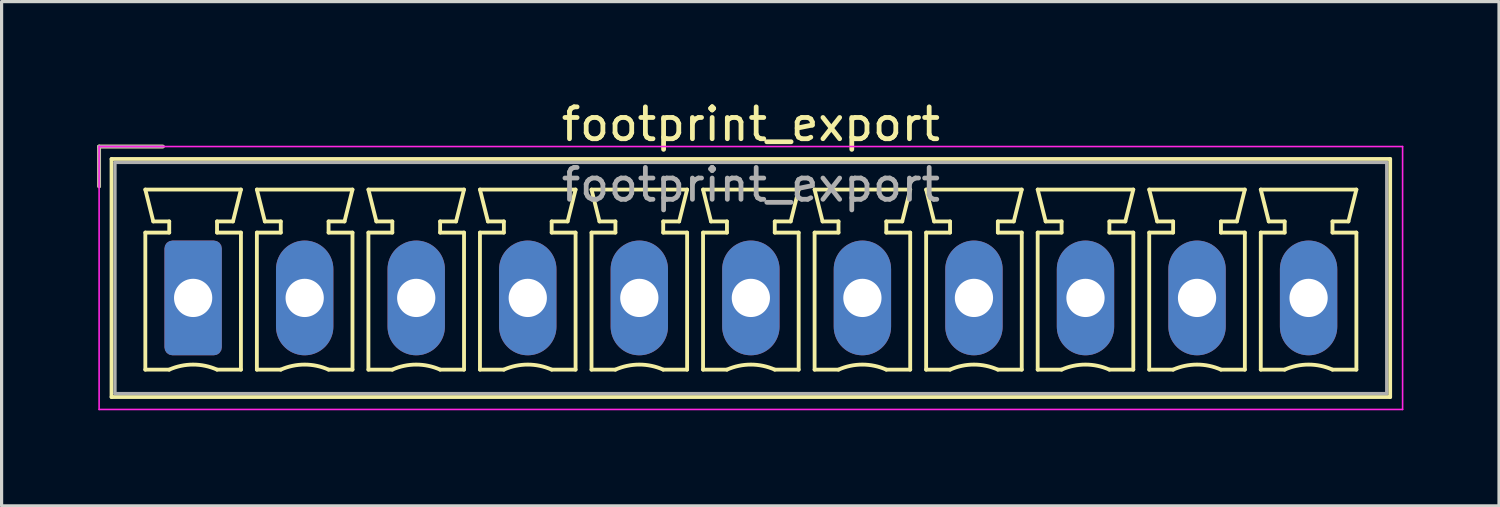
<source format=kicad_pcb>
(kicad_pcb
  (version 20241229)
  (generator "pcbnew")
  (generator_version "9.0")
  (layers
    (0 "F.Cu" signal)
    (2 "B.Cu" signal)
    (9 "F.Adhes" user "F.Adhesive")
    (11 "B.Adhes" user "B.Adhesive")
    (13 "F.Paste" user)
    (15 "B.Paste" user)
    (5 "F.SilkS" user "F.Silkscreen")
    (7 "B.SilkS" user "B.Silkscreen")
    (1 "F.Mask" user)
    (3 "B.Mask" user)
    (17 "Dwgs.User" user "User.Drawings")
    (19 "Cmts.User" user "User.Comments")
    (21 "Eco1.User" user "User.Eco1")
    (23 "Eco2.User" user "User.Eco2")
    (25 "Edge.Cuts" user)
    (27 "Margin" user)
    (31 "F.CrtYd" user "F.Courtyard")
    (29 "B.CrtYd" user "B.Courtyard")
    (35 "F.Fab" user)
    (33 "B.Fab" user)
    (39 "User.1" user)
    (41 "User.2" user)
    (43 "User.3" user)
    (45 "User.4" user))
  (footprint "footprint_export"
    (layer "F.Cu")
    (at 3.01 6.298)
    (property "Reference" "footprint_export" (at 17.5 -5.45 0) (layer "F.SilkS") (effects (font (size 1 1) (thickness 0.15))))
    (attr through_hole)
    (fp_line (start -2.95 -4.75) (end -0.95 -4.75) (stroke (width 0.12) (type solid)) (layer "F.SilkS"))
    (fp_line (start -2.95 -3.5) (end -2.95 -4.75) (stroke (width 0.12) (type solid)) (layer "F.SilkS"))
    (fp_line (start -2.56 -4.36) (end -2.56 3.11) (stroke (width 0.12) (type solid)) (layer "F.SilkS"))
    (fp_line (start -2.56 3.11) (end 37.56 3.11) (stroke (width 0.12) (type solid)) (layer "F.SilkS"))
    (fp_line (start -1.5 -3.4) (end 1.5 -3.4) (stroke (width 0.12) (type solid)) (layer "F.SilkS"))
    (fp_line (start -1.5 -2.05) (end -0.75 -2.05) (stroke (width 0.12) (type solid)) (layer "F.SilkS"))
    (fp_line (start -1.5 2.25) (end -1.5 -2.05) (stroke (width 0.12) (type solid)) (layer "F.SilkS"))
    (fp_line (start -1.25 -2.4) (end -1.5 -3.4) (stroke (width 0.12) (type solid)) (layer "F.SilkS"))
    (fp_line (start -0.75 -2.4) (end -1.25 -2.4) (stroke (width 0.12) (type solid)) (layer "F.SilkS"))
    (fp_line (start -0.75 -2.05) (end -0.75 -2.4) (stroke (width 0.12) (type solid)) (layer "F.SilkS"))
    (fp_line (start -0.75 2.25) (end -1.5 2.25) (stroke (width 0.12) (type solid)) (layer "F.SilkS"))
    (fp_line (start 0.75 -2.4) (end 0.75 -2.05) (stroke (width 0.12) (type solid)) (layer "F.SilkS"))
    (fp_line (start 0.75 -2.05) (end 1.5 -2.05) (stroke (width 0.12) (type solid)) (layer "F.SilkS"))
    (fp_line (start 1.25 -2.4) (end 0.75 -2.4) (stroke (width 0.12) (type solid)) (layer "F.SilkS"))
    (fp_line (start 1.5 -3.4) (end 1.25 -2.4) (stroke (width 0.12) (type solid)) (layer "F.SilkS"))
    (fp_line (start 1.5 -2.05) (end 1.5 2.25) (stroke (width 0.12) (type solid)) (layer "F.SilkS"))
    (fp_line (start 1.5 2.25) (end 0.75 2.25) (stroke (width 0.12) (type solid)) (layer "F.SilkS"))
    (fp_line (start 2 -3.4) (end 5 -3.4) (stroke (width 0.12) (type solid)) (layer "F.SilkS"))
    (fp_line (start 2 -2.05) (end 2.75 -2.05) (stroke (width 0.12) (type solid)) (layer "F.SilkS"))
    (fp_line (start 2 2.25) (end 2 -2.05) (stroke (width 0.12) (type solid)) (layer "F.SilkS"))
    (fp_line (start 2.25 -2.4) (end 2 -3.4) (stroke (width 0.12) (type solid)) (layer "F.SilkS"))
    (fp_line (start 2.75 -2.4) (end 2.25 -2.4) (stroke (width 0.12) (type solid)) (layer "F.SilkS"))
    (fp_line (start 2.75 -2.05) (end 2.75 -2.4) (stroke (width 0.12) (type solid)) (layer "F.SilkS"))
    (fp_line (start 2.75 2.25) (end 2 2.25) (stroke (width 0.12) (type solid)) (layer "F.SilkS"))
    (fp_line (start 4.25 -2.4) (end 4.25 -2.05) (stroke (width 0.12) (type solid)) (layer "F.SilkS"))
    (fp_line (start 4.25 -2.05) (end 5 -2.05) (stroke (width 0.12) (type solid)) (layer "F.SilkS"))
    (fp_line (start 4.75 -2.4) (end 4.25 -2.4) (stroke (width 0.12) (type solid)) (layer "F.SilkS"))
    (fp_line (start 5 -3.4) (end 4.75 -2.4) (stroke (width 0.12) (type solid)) (layer "F.SilkS"))
    (fp_line (start 5 -2.05) (end 5 2.25) (stroke (width 0.12) (type solid)) (layer "F.SilkS"))
    (fp_line (start 5 2.25) (end 4.25 2.25) (stroke (width 0.12) (type solid)) (layer "F.SilkS"))
    (fp_line (start 5.5 -3.4) (end 8.5 -3.4) (stroke (width 0.12) (type solid)) (layer "F.SilkS"))
    (fp_line (start 5.5 -2.05) (end 6.25 -2.05) (stroke (width 0.12) (type solid)) (layer "F.SilkS"))
    (fp_line (start 5.5 2.25) (end 5.5 -2.05) (stroke (width 0.12) (type solid)) (layer "F.SilkS"))
    (fp_line (start 5.75 -2.4) (end 5.5 -3.4) (stroke (width 0.12) (type solid)) (layer "F.SilkS"))
    (fp_line (start 6.25 -2.4) (end 5.75 -2.4) (stroke (width 0.12) (type solid)) (layer "F.SilkS"))
    (fp_line (start 6.25 -2.05) (end 6.25 -2.4) (stroke (width 0.12) (type solid)) (layer "F.SilkS"))
    (fp_line (start 6.25 2.25) (end 5.5 2.25) (stroke (width 0.12) (type solid)) (layer "F.SilkS"))
    (fp_line (start 7.75 -2.4) (end 7.75 -2.05) (stroke (width 0.12) (type solid)) (layer "F.SilkS"))
    (fp_line (start 7.75 -2.05) (end 8.5 -2.05) (stroke (width 0.12) (type solid)) (layer "F.SilkS"))
    (fp_line (start 8.25 -2.4) (end 7.75 -2.4) (stroke (width 0.12) (type solid)) (layer "F.SilkS"))
    (fp_line (start 8.5 -3.4) (end 8.25 -2.4) (stroke (width 0.12) (type solid)) (layer "F.SilkS"))
    (fp_line (start 8.5 -2.05) (end 8.5 2.25) (stroke (width 0.12) (type solid)) (layer "F.SilkS"))
    (fp_line (start 8.5 2.25) (end 7.75 2.25) (stroke (width 0.12) (type solid)) (layer "F.SilkS"))
    (fp_line (start 9 -3.4) (end 12 -3.4) (stroke (width 0.12) (type solid)) (layer "F.SilkS"))
    (fp_line (start 9 -2.05) (end 9.75 -2.05) (stroke (width 0.12) (type solid)) (layer "F.SilkS"))
    (fp_line (start 9 2.25) (end 9 -2.05) (stroke (width 0.12) (type solid)) (layer "F.SilkS"))
    (fp_line (start 9.25 -2.4) (end 9 -3.4) (stroke (width 0.12) (type solid)) (layer "F.SilkS"))
    (fp_line (start 9.75 -2.4) (end 9.25 -2.4) (stroke (width 0.12) (type solid)) (layer "F.SilkS"))
    (fp_line (start 9.75 -2.05) (end 9.75 -2.4) (stroke (width 0.12) (type solid)) (layer "F.SilkS"))
    (fp_line (start 9.75 2.25) (end 9 2.25) (stroke (width 0.12) (type solid)) (layer "F.SilkS"))
    (fp_line (start 11.25 -2.4) (end 11.25 -2.05) (stroke (width 0.12) (type solid)) (layer "F.SilkS"))
    (fp_line (start 11.25 -2.05) (end 12 -2.05) (stroke (width 0.12) (type solid)) (layer "F.SilkS"))
    (fp_line (start 11.75 -2.4) (end 11.25 -2.4) (stroke (width 0.12) (type solid)) (layer "F.SilkS"))
    (fp_line (start 12 -3.4) (end 11.75 -2.4) (stroke (width 0.12) (type solid)) (layer "F.SilkS"))
    (fp_line (start 12 -2.05) (end 12 2.25) (stroke (width 0.12) (type solid)) (layer "F.SilkS"))
    (fp_line (start 12 2.25) (end 11.25 2.25) (stroke (width 0.12) (type solid)) (layer "F.SilkS"))
    (fp_line (start 12.5 -3.4) (end 15.5 -3.4) (stroke (width 0.12) (type solid)) (layer "F.SilkS"))
    (fp_line (start 12.5 -2.05) (end 13.25 -2.05) (stroke (width 0.12) (type solid)) (layer "F.SilkS"))
    (fp_line (start 12.5 2.25) (end 12.5 -2.05) (stroke (width 0.12) (type solid)) (layer "F.SilkS"))
    (fp_line (start 12.75 -2.4) (end 12.5 -3.4) (stroke (width 0.12) (type solid)) (layer "F.SilkS"))
    (fp_line (start 13.25 -2.4) (end 12.75 -2.4) (stroke (width 0.12) (type solid)) (layer "F.SilkS"))
    (fp_line (start 13.25 -2.05) (end 13.25 -2.4) (stroke (width 0.12) (type solid)) (layer "F.SilkS"))
    (fp_line (start 13.25 2.25) (end 12.5 2.25) (stroke (width 0.12) (type solid)) (layer "F.SilkS"))
    (fp_line (start 14.75 -2.4) (end 14.75 -2.05) (stroke (width 0.12) (type solid)) (layer "F.SilkS"))
    (fp_line (start 14.75 -2.05) (end 15.5 -2.05) (stroke (width 0.12) (type solid)) (layer "F.SilkS"))
    (fp_line (start 15.25 -2.4) (end 14.75 -2.4) (stroke (width 0.12) (type solid)) (layer "F.SilkS"))
    (fp_line (start 15.5 -3.4) (end 15.25 -2.4) (stroke (width 0.12) (type solid)) (layer "F.SilkS"))
    (fp_line (start 15.5 -2.05) (end 15.5 2.25) (stroke (width 0.12) (type solid)) (layer "F.SilkS"))
    (fp_line (start 15.5 2.25) (end 14.75 2.25) (stroke (width 0.12) (type solid)) (layer "F.SilkS"))
    (fp_line (start 16 -3.4) (end 19 -3.4) (stroke (width 0.12) (type solid)) (layer "F.SilkS"))
    (fp_line (start 16 -2.05) (end 16.75 -2.05) (stroke (width 0.12) (type solid)) (layer "F.SilkS"))
    (fp_line (start 16 2.25) (end 16 -2.05) (stroke (width 0.12) (type solid)) (layer "F.SilkS"))
    (fp_line (start 16.25 -2.4) (end 16 -3.4) (stroke (width 0.12) (type solid)) (layer "F.SilkS"))
    (fp_line (start 16.75 -2.4) (end 16.25 -2.4) (stroke (width 0.12) (type solid)) (layer "F.SilkS"))
    (fp_line (start 16.75 -2.05) (end 16.75 -2.4) (stroke (width 0.12) (type solid)) (layer "F.SilkS"))
    (fp_line (start 16.75 2.25) (end 16 2.25) (stroke (width 0.12) (type solid)) (layer "F.SilkS"))
    (fp_line (start 18.25 -2.4) (end 18.25 -2.05) (stroke (width 0.12) (type solid)) (layer "F.SilkS"))
    (fp_line (start 18.25 -2.05) (end 19 -2.05) (stroke (width 0.12) (type solid)) (layer "F.SilkS"))
    (fp_line (start 18.75 -2.4) (end 18.25 -2.4) (stroke (width 0.12) (type solid)) (layer "F.SilkS"))
    (fp_line (start 19 -3.4) (end 18.75 -2.4) (stroke (width 0.12) (type solid)) (layer "F.SilkS"))
    (fp_line (start 19 -2.05) (end 19 2.25) (stroke (width 0.12) (type solid)) (layer "F.SilkS"))
    (fp_line (start 19 2.25) (end 18.25 2.25) (stroke (width 0.12) (type solid)) (layer "F.SilkS"))
    (fp_line (start 19.5 -3.4) (end 22.5 -3.4) (stroke (width 0.12) (type solid)) (layer "F.SilkS"))
    (fp_line (start 19.5 -2.05) (end 20.25 -2.05) (stroke (width 0.12) (type solid)) (layer "F.SilkS"))
    (fp_line (start 19.5 2.25) (end 19.5 -2.05) (stroke (width 0.12) (type solid)) (layer "F.SilkS"))
    (fp_line (start 19.75 -2.4) (end 19.5 -3.4) (stroke (width 0.12) (type solid)) (layer "F.SilkS"))
    (fp_line (start 20.25 -2.4) (end 19.75 -2.4) (stroke (width 0.12) (type solid)) (layer "F.SilkS"))
    (fp_line (start 20.25 -2.05) (end 20.25 -2.4) (stroke (width 0.12) (type solid)) (layer "F.SilkS"))
    (fp_line (start 20.25 2.25) (end 19.5 2.25) (stroke (width 0.12) (type solid)) (layer "F.SilkS"))
    (fp_line (start 21.75 -2.4) (end 21.75 -2.05) (stroke (width 0.12) (type solid)) (layer "F.SilkS"))
    (fp_line (start 21.75 -2.05) (end 22.5 -2.05) (stroke (width 0.12) (type solid)) (layer "F.SilkS"))
    (fp_line (start 22.25 -2.4) (end 21.75 -2.4) (stroke (width 0.12) (type solid)) (layer "F.SilkS"))
    (fp_line (start 22.5 -3.4) (end 22.25 -2.4) (stroke (width 0.12) (type solid)) (layer "F.SilkS"))
    (fp_line (start 22.5 -2.05) (end 22.5 2.25) (stroke (width 0.12) (type solid)) (layer "F.SilkS"))
    (fp_line (start 22.5 2.25) (end 21.75 2.25) (stroke (width 0.12) (type solid)) (layer "F.SilkS"))
    (fp_line (start 23 -3.4) (end 26 -3.4) (stroke (width 0.12) (type solid)) (layer "F.SilkS"))
    (fp_line (start 23 -2.05) (end 23.75 -2.05) (stroke (width 0.12) (type solid)) (layer "F.SilkS"))
    (fp_line (start 23 2.25) (end 23 -2.05) (stroke (width 0.12) (type solid)) (layer "F.SilkS"))
    (fp_line (start 23.25 -2.4) (end 23 -3.4) (stroke (width 0.12) (type solid)) (layer "F.SilkS"))
    (fp_line (start 23.75 -2.4) (end 23.25 -2.4) (stroke (width 0.12) (type solid)) (layer "F.SilkS"))
    (fp_line (start 23.75 -2.05) (end 23.75 -2.4) (stroke (width 0.12) (type solid)) (layer "F.SilkS"))
    (fp_line (start 23.75 2.25) (end 23 2.25) (stroke (width 0.12) (type solid)) (layer "F.SilkS"))
    (fp_line (start 25.25 -2.4) (end 25.25 -2.05) (stroke (width 0.12) (type solid)) (layer "F.SilkS"))
    (fp_line (start 25.25 -2.05) (end 26 -2.05) (stroke (width 0.12) (type solid)) (layer "F.SilkS"))
    (fp_line (start 25.75 -2.4) (end 25.25 -2.4) (stroke (width 0.12) (type solid)) (layer "F.SilkS"))
    (fp_line (start 26 -3.4) (end 25.75 -2.4) (stroke (width 0.12) (type solid)) (layer "F.SilkS"))
    (fp_line (start 26 -2.05) (end 26 2.25) (stroke (width 0.12) (type solid)) (layer "F.SilkS"))
    (fp_line (start 26 2.25) (end 25.25 2.25) (stroke (width 0.12) (type solid)) (layer "F.SilkS"))
    (fp_line (start 26.5 -3.4) (end 29.5 -3.4) (stroke (width 0.12) (type solid)) (layer "F.SilkS"))
    (fp_line (start 26.5 -2.05) (end 27.25 -2.05) (stroke (width 0.12) (type solid)) (layer "F.SilkS"))
    (fp_line (start 26.5 2.25) (end 26.5 -2.05) (stroke (width 0.12) (type solid)) (layer "F.SilkS"))
    (fp_line (start 26.75 -2.4) (end 26.5 -3.4) (stroke (width 0.12) (type solid)) (layer "F.SilkS"))
    (fp_line (start 27.25 -2.4) (end 26.75 -2.4) (stroke (width 0.12) (type solid)) (layer "F.SilkS"))
    (fp_line (start 27.25 -2.05) (end 27.25 -2.4) (stroke (width 0.12) (type solid)) (layer "F.SilkS"))
    (fp_line (start 27.25 2.25) (end 26.5 2.25) (stroke (width 0.12) (type solid)) (layer "F.SilkS"))
    (fp_line (start 28.75 -2.4) (end 28.75 -2.05) (stroke (width 0.12) (type solid)) (layer "F.SilkS"))
    (fp_line (start 28.75 -2.05) (end 29.5 -2.05) (stroke (width 0.12) (type solid)) (layer "F.SilkS"))
    (fp_line (start 29.25 -2.4) (end 28.75 -2.4) (stroke (width 0.12) (type solid)) (layer "F.SilkS"))
    (fp_line (start 29.5 -3.4) (end 29.25 -2.4) (stroke (width 0.12) (type solid)) (layer "F.SilkS"))
    (fp_line (start 29.5 -2.05) (end 29.5 2.25) (stroke (width 0.12) (type solid)) (layer "F.SilkS"))
    (fp_line (start 29.5 2.25) (end 28.75 2.25) (stroke (width 0.12) (type solid)) (layer "F.SilkS"))
    (fp_line (start 30 -3.4) (end 33 -3.4) (stroke (width 0.12) (type solid)) (layer "F.SilkS"))
    (fp_line (start 30 -2.05) (end 30.75 -2.05) (stroke (width 0.12) (type solid)) (layer "F.SilkS"))
    (fp_line (start 30 2.25) (end 30 -2.05) (stroke (width 0.12) (type solid)) (layer "F.SilkS"))
    (fp_line (start 30.25 -2.4) (end 30 -3.4) (stroke (width 0.12) (type solid)) (layer "F.SilkS"))
    (fp_line (start 30.75 -2.4) (end 30.25 -2.4) (stroke (width 0.12) (type solid)) (layer "F.SilkS"))
    (fp_line (start 30.75 -2.05) (end 30.75 -2.4) (stroke (width 0.12) (type solid)) (layer "F.SilkS"))
    (fp_line (start 30.75 2.25) (end 30 2.25) (stroke (width 0.12) (type solid)) (layer "F.SilkS"))
    (fp_line (start 32.25 -2.4) (end 32.25 -2.05) (stroke (width 0.12) (type solid)) (layer "F.SilkS"))
    (fp_line (start 32.25 -2.05) (end 33 -2.05) (stroke (width 0.12) (type solid)) (layer "F.SilkS"))
    (fp_line (start 32.75 -2.4) (end 32.25 -2.4) (stroke (width 0.12) (type solid)) (layer "F.SilkS"))
    (fp_line (start 33 -3.4) (end 32.75 -2.4) (stroke (width 0.12) (type solid)) (layer "F.SilkS"))
    (fp_line (start 33 -2.05) (end 33 2.25) (stroke (width 0.12) (type solid)) (layer "F.SilkS"))
    (fp_line (start 33 2.25) (end 32.25 2.25) (stroke (width 0.12) (type solid)) (layer "F.SilkS"))
    (fp_line (start 33.5 -3.4) (end 36.5 -3.4) (stroke (width 0.12) (type solid)) (layer "F.SilkS"))
    (fp_line (start 33.5 -2.05) (end 34.25 -2.05) (stroke (width 0.12) (type solid)) (layer "F.SilkS"))
    (fp_line (start 33.5 2.25) (end 33.5 -2.05) (stroke (width 0.12) (type solid)) (layer "F.SilkS"))
    (fp_line (start 33.75 -2.4) (end 33.5 -3.4) (stroke (width 0.12) (type solid)) (layer "F.SilkS"))
    (fp_line (start 34.25 -2.4) (end 33.75 -2.4) (stroke (width 0.12) (type solid)) (layer "F.SilkS"))
    (fp_line (start 34.25 -2.05) (end 34.25 -2.4) (stroke (width 0.12) (type solid)) (layer "F.SilkS"))
    (fp_line (start 34.25 2.25) (end 33.5 2.25) (stroke (width 0.12) (type solid)) (layer "F.SilkS"))
    (fp_line (start 35.75 -2.4) (end 35.75 -2.05) (stroke (width 0.12) (type solid)) (layer "F.SilkS"))
    (fp_line (start 35.75 -2.05) (end 36.5 -2.05) (stroke (width 0.12) (type solid)) (layer "F.SilkS"))
    (fp_line (start 36.25 -2.4) (end 35.75 -2.4) (stroke (width 0.12) (type solid)) (layer "F.SilkS"))
    (fp_line (start 36.5 -3.4) (end 36.25 -2.4) (stroke (width 0.12) (type solid)) (layer "F.SilkS"))
    (fp_line (start 36.5 -2.05) (end 36.5 2.25) (stroke (width 0.12) (type solid)) (layer "F.SilkS"))
    (fp_line (start 36.5 2.25) (end 35.75 2.25) (stroke (width 0.12) (type solid)) (layer "F.SilkS"))
    (fp_line (start 37.56 -4.36) (end -2.56 -4.36) (stroke (width 0.12) (type solid)) (layer "F.SilkS"))
    (fp_line (start 37.56 3.11) (end 37.56 -4.36) (stroke (width 0.12) (type solid)) (layer "F.SilkS"))
    (fp_arc (start -0.75 2.25) (mid -0.000193 2.09191) (end 0.749647 2.249844) (stroke (width 0.12) (type solid)) (layer "F.SilkS"))
    (fp_arc (start 2.75 2.25) (mid 3.499807 2.09191) (end 4.249647 2.249844) (stroke (width 0.12) (type solid)) (layer "F.SilkS"))
    (fp_arc (start 6.25 2.25) (mid 6.999807 2.09191) (end 7.749647 2.249844) (stroke (width 0.12) (type solid)) (layer "F.SilkS"))
    (fp_arc (start 9.75 2.25) (mid 10.499807 2.09191) (end 11.249647 2.249844) (stroke (width 0.12) (type solid)) (layer "F.SilkS"))
    (fp_arc (start 13.25 2.25) (mid 13.999807 2.09191) (end 14.749647 2.249844) (stroke (width 0.12) (type solid)) (layer "F.SilkS"))
    (fp_arc (start 16.75 2.25) (mid 17.499807 2.09191) (end 18.249647 2.249844) (stroke (width 0.12) (type solid)) (layer "F.SilkS"))
    (fp_arc (start 20.25 2.25) (mid 20.999807 2.09191) (end 21.749647 2.249844) (stroke (width 0.12) (type solid)) (layer "F.SilkS"))
    (fp_arc (start 23.75 2.25) (mid 24.499807 2.09191) (end 25.249647 2.249844) (stroke (width 0.12) (type solid)) (layer "F.SilkS"))
    (fp_arc (start 27.25 2.25) (mid 27.999807 2.09191) (end 28.749647 2.249844) (stroke (width 0.12) (type solid)) (layer "F.SilkS"))
    (fp_arc (start 30.75 2.25) (mid 31.499807 2.09191) (end 32.249647 2.249844) (stroke (width 0.12) (type solid)) (layer "F.SilkS"))
    (fp_arc (start 34.25 2.25) (mid 34.999807 2.09191) (end 35.749647 2.249844) (stroke (width 0.12) (type solid)) (layer "F.SilkS"))
    (fp_line (start -2.95 -4.75) (end -2.95 3.5) (stroke (width 0.05) (type solid)) (layer "F.CrtYd"))
    (fp_line (start -2.95 3.5) (end 37.95 3.5) (stroke (width 0.05) (type solid)) (layer "F.CrtYd"))
    (fp_line (start 37.95 -4.75) (end -2.95 -4.75) (stroke (width 0.05) (type solid)) (layer "F.CrtYd"))
    (fp_line (start 37.95 3.5) (end 37.95 -4.75) (stroke (width 0.05) (type solid)) (layer "F.CrtYd"))
    (fp_line (start -2.95 -4.75) (end -0.95 -4.75) (stroke (width 0.1) (type solid)) (layer "F.Fab"))
    (fp_line (start -2.95 -3.5) (end -2.95 -4.75) (stroke (width 0.1) (type solid)) (layer "F.Fab"))
    (fp_line (start -2.45 -4.25) (end -2.45 3) (stroke (width 0.1) (type solid)) (layer "F.Fab"))
    (fp_line (start -2.45 3) (end 37.45 3) (stroke (width 0.1) (type solid)) (layer "F.Fab"))
    (fp_line (start 37.45 -4.25) (end -2.45 -4.25) (stroke (width 0.1) (type solid)) (layer "F.Fab"))
    (fp_line (start 37.45 3) (end 37.45 -4.25) (stroke (width 0.1) (type solid)) (layer "F.Fab"))
    (fp_text user "${REFERENCE}" (at 17.5 -3.55 0) (layer "F.Fab") (effects (font (size 1 1) (thickness 0.15))))
    (pad "1" thru_hole roundrect (at 0 0) (size 1.8 3.6) (drill 1.2) (layers "*.Cu" "*.Mask") (roundrect_rratio 0.139))
    (pad "2" thru_hole oval (at 3.5 0) (size 1.8 3.6) (drill 1.2) (layers "*.Cu" "*.Mask"))
    (pad "3" thru_hole oval (at 7 0) (size 1.8 3.6) (drill 1.2) (layers "*.Cu" "*.Mask"))
    (pad "4" thru_hole oval (at 10.5 0) (size 1.8 3.6) (drill 1.2) (layers "*.Cu" "*.Mask"))
    (pad "5" thru_hole oval (at 14 0) (size 1.8 3.6) (drill 1.2) (layers "*.Cu" "*.Mask"))
    (pad "6" thru_hole oval (at 17.5 0) (size 1.8 3.6) (drill 1.2) (layers "*.Cu" "*.Mask"))
    (pad "7" thru_hole oval (at 21 0) (size 1.8 3.6) (drill 1.2) (layers "*.Cu" "*.Mask"))
    (pad "8" thru_hole oval (at 24.5 0) (size 1.8 3.6) (drill 1.2) (layers "*.Cu" "*.Mask"))
    (pad "9" thru_hole oval (at 28 0) (size 1.8 3.6) (drill 1.2) (layers "*.Cu" "*.Mask"))
    (pad "10" thru_hole oval (at 31.5 0) (size 1.8 3.6) (drill 1.2) (layers "*.Cu" "*.Mask"))
    (pad "11" thru_hole oval (at 35 0) (size 1.8 3.6) (drill 1.2) (layers "*.Cu" "*.Mask")))
  (gr_rect
    (start -3 -3)
    (end 43.985 12.823)
    (stroke (width 0.1) (type default))
    (fill no)
    (layer "Edge.Cuts")))
</source>
